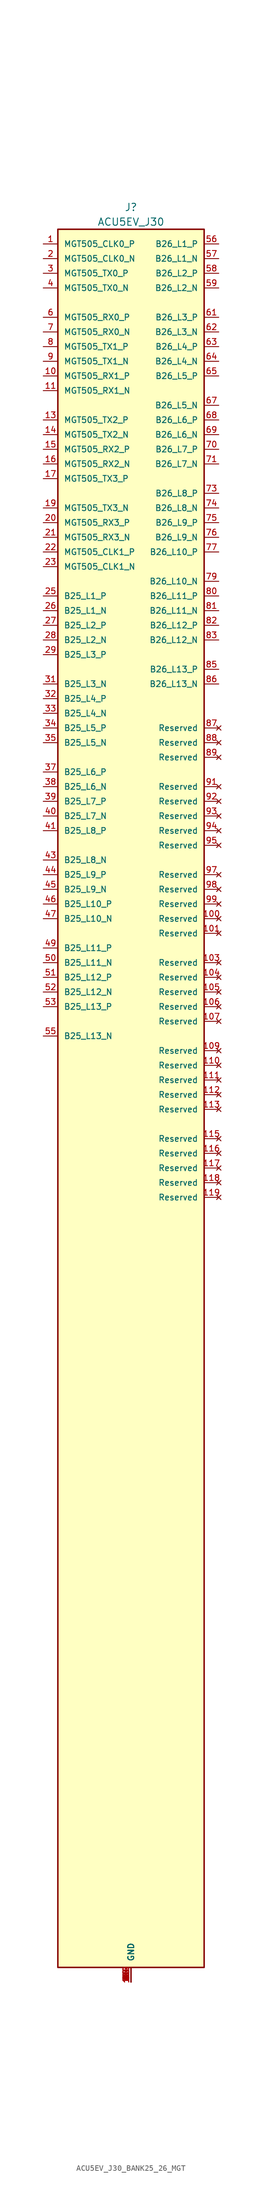
<source format=kicad_sym>
(kicad_symbol_lib
  (version 20231120)
  (generator "kicad_symbol_editor")
  (generator_version "8.0")
  (symbol "ACU5EV_J30_BANK25_26_MGT"
    (pin_names
      (offset 1.016))
    (property "Reference" "J"
      (at 0 152.4 0)
      (effects (font (size 1.27 1.27))))
    (property "Value" "ACU5EV_J30"
      (at 0 149.86 0)
      (effects (font (size 1.27 1.27))))
    (symbol "ACU5EV_J30_BANK25_26_MGT_0_1"
      (rectangle (start -12.7 148.59) (end 12.7 -152.4) (stroke (width 0.254) (type default)) (fill (type background))))
    (symbol "ACU5EV_J30_BANK25_26_MGT_1_1"
      (pin bidirectional line (at -15.24 146.05 0) (length 2.54) (name "MGT505_CLK0_P" (effects (font (size 1.016 1.016)))) (number "1" (effects (font (size 1.016 1.016)))))
      (pin bidirectional line (at -15.24 123.19 0) (length 2.54) (name "MGT505_RX1_P" (effects (font (size 1.016 1.016)))) (number "10" (effects (font (size 1.016 1.016)))))
      (pin bidirectional line (at -15.24 120.65 0) (length 2.54) (name "MGT505_RX1_N" (effects (font (size 1.016 1.016)))) (number "11" (effects (font (size 1.016 1.016)))))
      (pin power_in line (at 0 -154.94 90) (length 2.54) (name "GND" (effects (font (size 1.016 1.016)))) (number "12" (effects (font (size 1.016 1.016)))))
      (pin bidirectional line (at -15.24 115.57 0) (length 2.54) (name "MGT505_TX2_P" (effects (font (size 1.016 1.016)))) (number "13" (effects (font (size 1.016 1.016)))))
      (pin bidirectional line (at -15.24 113.03 0) (length 2.54) (name "MGT505_TX2_N" (effects (font (size 1.016 1.016)))) (number "14" (effects (font (size 1.016 1.016)))))
      (pin bidirectional line (at -15.24 110.49 0) (length 2.54) (name "MGT505_RX2_P" (effects (font (size 1.016 1.016)))) (number "15" (effects (font (size 1.016 1.016)))))
      (pin bidirectional line (at -15.24 107.95 0) (length 2.54) (name "MGT505_RX2_N" (effects (font (size 1.016 1.016)))) (number "16" (effects (font (size 1.016 1.016)))))
      (pin bidirectional line (at -15.24 105.41 0) (length 2.54) (name "MGT505_TX3_P" (effects (font (size 1.016 1.016)))) (number "17" (effects (font (size 1.016 1.016)))))
      (pin power_in line (at 0 -154.94 90) (length 2.54) (name "GND" (effects (font (size 1.016 1.016)))) (number "18" (effects (font (size 1.016 1.016)))))
      (pin bidirectional line (at -15.24 100.33 0) (length 2.54) (name "MGT505_TX3_N" (effects (font (size 1.016 1.016)))) (number "19" (effects (font (size 1.016 1.016)))))
      (pin bidirectional line (at -15.24 143.51 0) (length 2.54) (name "MGT505_CLK0_N" (effects (font (size 1.016 1.016)))) (number "2" (effects (font (size 1.016 1.016)))))
      (pin bidirectional line (at -15.24 97.79 0) (length 2.54) (name "MGT505_RX3_P" (effects (font (size 1.016 1.016)))) (number "20" (effects (font (size 1.016 1.016)))))
      (pin bidirectional line (at -15.24 95.25 0) (length 2.54) (name "MGT505_RX3_N" (effects (font (size 1.016 1.016)))) (number "21" (effects (font (size 1.016 1.016)))))
      (pin bidirectional line (at -15.24 92.71 0) (length 2.54) (name "MGT505_CLK1_P" (effects (font (size 1.016 1.016)))) (number "22" (effects (font (size 1.016 1.016)))))
      (pin bidirectional line (at -15.24 90.17 0) (length 2.54) (name "MGT505_CLK1_N" (effects (font (size 1.016 1.016)))) (number "23" (effects (font (size 1.016 1.016)))))
      (pin power_in line (at 0 -154.94 90) (length 2.54) (name "GND" (effects (font (size 1.016 1.016)))) (number "24" (effects (font (size 1.016 1.016)))))
      (pin bidirectional line (at -15.24 85.09 0) (length 2.54) (name "B25_L1_P" (effects (font (size 1.016 1.016)))) (number "25" (effects (font (size 1.016 1.016)))))
      (pin bidirectional line (at -15.24 82.55 0) (length 2.54) (name "B25_L1_N" (effects (font (size 1.016 1.016)))) (number "26" (effects (font (size 1.016 1.016)))))
      (pin bidirectional line (at -15.24 80.01 0) (length 2.54) (name "B25_L2_P" (effects (font (size 1.016 1.016)))) (number "27" (effects (font (size 1.016 1.016)))))
      (pin bidirectional line (at -15.24 77.47 0) (length 2.54) (name "B25_L2_N" (effects (font (size 1.016 1.016)))) (number "28" (effects (font (size 1.016 1.016)))))
      (pin bidirectional line (at -15.24 74.93 0) (length 2.54) (name "B25_L3_P" (effects (font (size 1.016 1.016)))) (number "29" (effects (font (size 1.016 1.016)))))
      (pin bidirectional line (at -15.24 140.97 0) (length 2.54) (name "MGT505_TX0_P" (effects (font (size 1.016 1.016)))) (number "3" (effects (font (size 1.016 1.016)))))
      (pin power_in line (at 0 -154.94 90) (length 2.54) (name "GND" (effects (font (size 1.016 1.016)))) (number "30" (effects (font (size 1.016 1.016)))))
      (pin bidirectional line (at -15.24 69.85 0) (length 2.54) (name "B25_L3_N" (effects (font (size 1.016 1.016)))) (number "31" (effects (font (size 1.016 1.016)))))
      (pin bidirectional line (at -15.24 67.31 0) (length 2.54) (name "B25_L4_P" (effects (font (size 1.016 1.016)))) (number "32" (effects (font (size 1.016 1.016)))))
      (pin bidirectional line (at -15.24 64.77 0) (length 2.54) (name "B25_L4_N" (effects (font (size 1.016 1.016)))) (number "33" (effects (font (size 1.016 1.016)))))
      (pin bidirectional line (at -15.24 62.23 0) (length 2.54) (name "B25_L5_P" (effects (font (size 1.016 1.016)))) (number "34" (effects (font (size 1.016 1.016)))))
      (pin bidirectional line (at -15.24 59.69 0) (length 2.54) (name "B25_L5_N" (effects (font (size 1.016 1.016)))) (number "35" (effects (font (size 1.016 1.016)))))
      (pin power_in line (at 0 -154.94 90) (length 2.54) (name "GND" (effects (font (size 1.016 1.016)))) (number "36" (effects (font (size 1.016 1.016)))))
      (pin bidirectional line (at -15.24 54.61 0) (length 2.54) (name "B25_L6_P" (effects (font (size 1.016 1.016)))) (number "37" (effects (font (size 1.016 1.016)))))
      (pin bidirectional line (at -15.24 52.07 0) (length 2.54) (name "B25_L6_N" (effects (font (size 1.016 1.016)))) (number "38" (effects (font (size 1.016 1.016)))))
      (pin bidirectional line (at -15.24 49.53 0) (length 2.54) (name "B25_L7_P" (effects (font (size 1.016 1.016)))) (number "39" (effects (font (size 1.016 1.016)))))
      (pin bidirectional line (at -15.24 138.43 0) (length 2.54) (name "MGT505_TX0_N" (effects (font (size 1.016 1.016)))) (number "4" (effects (font (size 1.016 1.016)))))
      (pin bidirectional line (at -15.24 46.99 0) (length 2.54) (name "B25_L7_N" (effects (font (size 1.016 1.016)))) (number "40" (effects (font (size 1.016 1.016)))))
      (pin bidirectional line (at -15.24 44.45 0) (length 2.54) (name "B25_L8_P" (effects (font (size 1.016 1.016)))) (number "41" (effects (font (size 1.016 1.016)))))
      (pin power_in line (at 0 -154.94 90) (length 2.54) (name "GND" (effects (font (size 1.016 1.016)))) (number "42" (effects (font (size 1.016 1.016)))))
      (pin bidirectional line (at -15.24 39.37 0) (length 2.54) (name "B25_L8_N" (effects (font (size 1.016 1.016)))) (number "43" (effects (font (size 1.016 1.016)))))
      (pin bidirectional line (at -15.24 36.83 0) (length 2.54) (name "B25_L9_P" (effects (font (size 1.016 1.016)))) (number "44" (effects (font (size 1.016 1.016)))))
      (pin bidirectional line (at -15.24 34.29 0) (length 2.54) (name "B25_L9_N" (effects (font (size 1.016 1.016)))) (number "45" (effects (font (size 1.016 1.016)))))
      (pin bidirectional line (at -15.24 31.75 0) (length 2.54) (name "B25_L10_P" (effects (font (size 1.016 1.016)))) (number "46" (effects (font (size 1.016 1.016)))))
      (pin bidirectional line (at -15.24 29.21 0) (length 2.54) (name "B25_L10_N" (effects (font (size 1.016 1.016)))) (number "47" (effects (font (size 1.016 1.016)))))
      (pin power_in line (at 0 -154.94 90) (length 2.54) (name "GND" (effects (font (size 1.016 1.016)))) (number "48" (effects (font (size 1.016 1.016)))))
      (pin bidirectional line (at -15.24 24.13 0) (length 2.54) (name "B25_L11_P" (effects (font (size 1.016 1.016)))) (number "49" (effects (font (size 1.016 1.016)))))
      (pin power_in line (at 0 -154.94 90) (length 2.54) (name "GND" (effects (font (size 1.016 1.016)))) (number "5" (effects (font (size 1.016 1.016)))))
      (pin bidirectional line (at -15.24 21.59 0) (length 2.54) (name "B25_L11_N" (effects (font (size 1.016 1.016)))) (number "50" (effects (font (size 1.016 1.016)))))
      (pin bidirectional line (at -15.24 19.05 0) (length 2.54) (name "B25_L12_P" (effects (font (size 1.016 1.016)))) (number "51" (effects (font (size 1.016 1.016)))))
      (pin bidirectional line (at -15.24 16.51 0) (length 2.54) (name "B25_L12_N" (effects (font (size 1.016 1.016)))) (number "52" (effects (font (size 1.016 1.016)))))
      (pin bidirectional line (at -15.24 13.97 0) (length 2.54) (name "B25_L13_P" (effects (font (size 1.016 1.016)))) (number "53" (effects (font (size 1.016 1.016)))))
      (pin power_in line (at 0 -154.94 90) (length 2.54) (name "GND" (effects (font (size 1.016 1.016)))) (number "54" (effects (font (size 1.016 1.016)))))
      (pin bidirectional line (at -15.24 8.89 0) (length 2.54) (name "B25_L13_N" (effects (font (size 1.016 1.016)))) (number "55" (effects (font (size 1.016 1.016)))))
      (pin bidirectional line (at 15.24 146.05 180) (length 2.54) (name "B26_L1_P" (effects (font (size 1.016 1.016)))) (number "56" (effects (font (size 1.016 1.016)))))
      (pin bidirectional line (at 15.24 143.51 180) (length 2.54) (name "B26_L1_N" (effects (font (size 1.016 1.016)))) (number "57" (effects (font (size 1.016 1.016)))))
      (pin bidirectional line (at 15.24 140.97 180) (length 2.54) (name "B26_L2_P" (effects (font (size 1.016 1.016)))) (number "58" (effects (font (size 1.016 1.016)))))
      (pin bidirectional line (at 15.24 138.43 180) (length 2.54) (name "B26_L2_N" (effects (font (size 1.016 1.016)))) (number "59" (effects (font (size 1.016 1.016)))))
      (pin bidirectional line (at -15.24 133.35 0) (length 2.54) (name "MGT505_RX0_P" (effects (font (size 1.016 1.016)))) (number "6" (effects (font (size 1.016 1.016)))))
      (pin power_in line (at 0 -154.94 90) (length 2.54) (name "GND" (effects (font (size 1.016 1.016)))) (number "60" (effects (font (size 1.016 1.016)))))
      (pin bidirectional line (at 15.24 133.35 180) (length 2.54) (name "B26_L3_P" (effects (font (size 1.016 1.016)))) (number "61" (effects (font (size 1.016 1.016)))))
      (pin bidirectional line (at 15.24 130.81 180) (length 2.54) (name "B26_L3_N" (effects (font (size 1.016 1.016)))) (number "62" (effects (font (size 1.016 1.016)))))
      (pin bidirectional line (at 15.24 128.27 180) (length 2.54) (name "B26_L4_P" (effects (font (size 1.016 1.016)))) (number "63" (effects (font (size 1.016 1.016)))))
      (pin bidirectional line (at 15.24 125.73 180) (length 2.54) (name "B26_L4_N" (effects (font (size 1.016 1.016)))) (number "64" (effects (font (size 1.016 1.016)))))
      (pin bidirectional line (at 15.24 123.19 180) (length 2.54) (name "B26_L5_P" (effects (font (size 1.016 1.016)))) (number "65" (effects (font (size 1.016 1.016)))))
      (pin power_in line (at 0 -154.94 90) (length 2.54) (name "GND" (effects (font (size 1.016 1.016)))) (number "66" (effects (font (size 1.016 1.016)))))
      (pin bidirectional line (at 15.24 118.11 180) (length 2.54) (name "B26_L5_N" (effects (font (size 1.016 1.016)))) (number "67" (effects (font (size 1.016 1.016)))))
      (pin bidirectional line (at 15.24 115.57 180) (length 2.54) (name "B26_L6_P" (effects (font (size 1.016 1.016)))) (number "68" (effects (font (size 1.016 1.016)))))
      (pin bidirectional line (at 15.24 113.03 180) (length 2.54) (name "B26_L6_N" (effects (font (size 1.016 1.016)))) (number "69" (effects (font (size 1.016 1.016)))))
      (pin bidirectional line (at -15.24 130.81 0) (length 2.54) (name "MGT505_RX0_N" (effects (font (size 1.016 1.016)))) (number "7" (effects (font (size 1.016 1.016)))))
      (pin bidirectional line (at 15.24 110.49 180) (length 2.54) (name "B26_L7_P" (effects (font (size 1.016 1.016)))) (number "70" (effects (font (size 1.016 1.016)))))
      (pin bidirectional line (at 15.24 107.95 180) (length 2.54) (name "B26_L7_N" (effects (font (size 1.016 1.016)))) (number "71" (effects (font (size 1.016 1.016)))))
      (pin power_in line (at 0 -154.94 90) (length 2.54) (name "GND" (effects (font (size 1.016 1.016)))) (number "72" (effects (font (size 1.016 1.016)))))
      (pin bidirectional line (at 15.24 102.87 180) (length 2.54) (name "B26_L8_P" (effects (font (size 1.016 1.016)))) (number "73" (effects (font (size 1.016 1.016)))))
      (pin bidirectional line (at 15.24 100.33 180) (length 2.54) (name "B26_L8_N" (effects (font (size 1.016 1.016)))) (number "74" (effects (font (size 1.016 1.016)))))
      (pin bidirectional line (at 15.24 97.79 180) (length 2.54) (name "B26_L9_P" (effects (font (size 1.016 1.016)))) (number "75" (effects (font (size 1.016 1.016)))))
      (pin bidirectional line (at 15.24 95.25 180) (length 2.54) (name "B26_L9_N" (effects (font (size 1.016 1.016)))) (number "76" (effects (font (size 1.016 1.016)))))
      (pin bidirectional line (at 15.24 92.71 180) (length 2.54) (name "B26_L10_P" (effects (font (size 1.016 1.016)))) (number "77" (effects (font (size 1.016 1.016)))))
      (pin power_in line (at 0 -154.94 90) (length 2.54) (name "GND" (effects (font (size 1.016 1.016)))) (number "78" (effects (font (size 1.016 1.016)))))
      (pin bidirectional line (at 15.24 87.63 180) (length 2.54) (name "B26_L10_N" (effects (font (size 1.016 1.016)))) (number "79" (effects (font (size 1.016 1.016)))))
      (pin bidirectional line (at -15.24 128.27 0) (length 2.54) (name "MGT505_TX1_P" (effects (font (size 1.016 1.016)))) (number "8" (effects (font (size 1.016 1.016)))))
      (pin bidirectional line (at 15.24 85.09 180) (length 2.54) (name "B26_L11_P" (effects (font (size 1.016 1.016)))) (number "80" (effects (font (size 1.016 1.016)))))
      (pin bidirectional line (at 15.24 82.55 180) (length 2.54) (name "B26_L11_N" (effects (font (size 1.016 1.016)))) (number "81" (effects (font (size 1.016 1.016)))))
      (pin bidirectional line (at 15.24 80.01 180) (length 2.54) (name "B26_L12_P" (effects (font (size 1.016 1.016)))) (number "82" (effects (font (size 1.016 1.016)))))
      (pin bidirectional line (at 15.24 77.47 180) (length 2.54) (name "B26_L12_N" (effects (font (size 1.016 1.016)))) (number "83" (effects (font (size 1.016 1.016)))))
      (pin power_in line (at 0 -154.94 90) (length 2.54) (name "GND" (effects (font (size 1.016 1.016)))) (number "84" (effects (font (size 1.016 1.016)))))
      (pin bidirectional line (at 15.24 72.39 180) (length 2.54) (name "B26_L13_P" (effects (font (size 1.016 1.016)))) (number "85" (effects (font (size 1.016 1.016)))))
      (pin bidirectional line (at 15.24 69.85 180) (length 2.54) (name "B26_L13_N" (effects (font (size 1.016 1.016)))) (number "86" (effects (font (size 1.016 1.016)))))
      (pin no_connect line (at 15.24 62.23 180) (length 2.54) (name "Reserved" (effects (font (size 1.016 1.016)))) (number "87" (effects (font (size 1.016 1.016)))))
      (pin no_connect line (at 15.24 59.69 180) (length 2.54) (name "Reserved" (effects (font (size 1.016 1.016)))) (number "88" (effects (font (size 1.016 1.016)))))
      (pin no_connect line (at 15.24 57.15 180) (length 2.54) (name "Reserved" (effects (font (size 1.016 1.016)))) (number "89" (effects (font (size 1.016 1.016)))))
      (pin bidirectional line (at -15.24 125.73 0) (length 2.54) (name "MGT505_TX1_N" (effects (font (size 1.016 1.016)))) (number "9" (effects (font (size 1.016 1.016)))))
      (pin power_in line (at 0 -154.94 90) (length 2.54) (name "GND" (effects (font (size 1.016 1.016)))) (number "90" (effects (font (size 1.016 1.016)))))
      (pin no_connect line (at 15.24 52.07 180) (length 2.54) (name "Reserved" (effects (font (size 1.016 1.016)))) (number "91" (effects (font (size 1.016 1.016)))))
      (pin no_connect line (at 15.24 49.53 180) (length 2.54) (name "Reserved" (effects (font (size 1.016 1.016)))) (number "92" (effects (font (size 1.016 1.016)))))
      (pin no_connect line (at 15.24 46.99 180) (length 2.54) (name "Reserved" (effects (font (size 1.016 1.016)))) (number "93" (effects (font (size 1.016 1.016)))))
      (pin no_connect line (at 15.24 44.45 180) (length 2.54) (name "Reserved" (effects (font (size 1.016 1.016)))) (number "94" (effects (font (size 1.016 1.016)))))
      (pin no_connect line (at 15.24 41.91 180) (length 2.54) (name "Reserved" (effects (font (size 1.016 1.016)))) (number "95" (effects (font (size 1.016 1.016)))))
      (pin power_in line (at 0 -154.94 90) (length 2.54) (name "GND" (effects (font (size 1.016 1.016)))) (number "96" (effects (font (size 1.016 1.016)))))
      (pin no_connect line (at 15.24 36.83 180) (length 2.54) (name "Reserved" (effects (font (size 1.016 1.016)))) (number "97" (effects (font (size 1.016 1.016)))))
      (pin no_connect line (at 15.24 34.29 180) (length 2.54) (name "Reserved" (effects (font (size 1.016 1.016)))) (number "98" (effects (font (size 1.016 1.016)))))
      (pin no_connect line (at 15.24 31.75 180) (length 2.54) (name "Reserved" (effects (font (size 1.016 1.016)))) (number "99" (effects (font (size 1.016 1.016)))))
      (pin no_connect line (at 15.24 29.21 180) (length 2.54) (name "Reserved" (effects (font (size 1.016 1.016)))) (number "100" (effects (font (size 1.016 1.016)))))
      (pin no_connect line (at 15.24 26.67 180) (length 2.54) (name "Reserved" (effects (font (size 1.016 1.016)))) (number "101" (effects (font (size 1.016 1.016)))))
      (pin power_in line (at 0 -154.94 90) (length 2.54) (name "GND" (effects (font (size 1.016 1.016)))) (number "102" (effects (font (size 1.016 1.016)))))
      (pin no_connect line (at 15.24 21.59 180) (length 2.54) (name "Reserved" (effects (font (size 1.016 1.016)))) (number "103" (effects (font (size 1.016 1.016)))))
      (pin no_connect line (at 15.24 19.05 180) (length 2.54) (name "Reserved" (effects (font (size 1.016 1.016)))) (number "104" (effects (font (size 1.016 1.016)))))
      (pin no_connect line (at 15.24 16.51 180) (length 2.54) (name "Reserved" (effects (font (size 1.016 1.016)))) (number "105" (effects (font (size 1.016 1.016)))))
      (pin no_connect line (at 15.24 13.97 180) (length 2.54) (name "Reserved" (effects (font (size 1.016 1.016)))) (number "106" (effects (font (size 1.016 1.016)))))
      (pin no_connect line (at 15.24 11.43 180) (length 2.54) (name "Reserved" (effects (font (size 1.016 1.016)))) (number "107" (effects (font (size 1.016 1.016)))))
      (pin power_in line (at 0 -154.94 90) (length 2.54) (name "GND" (effects (font (size 1.016 1.016)))) (number "108" (effects (font (size 1.016 1.016)))))
      (pin no_connect line (at 15.24 6.35 180) (length 2.54) (name "Reserved" (effects (font (size 1.016 1.016)))) (number "109" (effects (font (size 1.016 1.016)))))
      (pin no_connect line (at 15.24 3.81 180) (length 2.54) (name "Reserved" (effects (font (size 1.016 1.016)))) (number "110" (effects (font (size 1.016 1.016)))))
      (pin no_connect line (at 15.24 1.27 180) (length 2.54) (name "Reserved" (effects (font (size 1.016 1.016)))) (number "111" (effects (font (size 1.016 1.016)))))
      (pin no_connect line (at 15.24 -1.27 180) (length 2.54) (name "Reserved" (effects (font (size 1.016 1.016)))) (number "112" (effects (font (size 1.016 1.016)))))
      (pin no_connect line (at 15.24 -3.81 180) (length 2.54) (name "Reserved" (effects (font (size 1.016 1.016)))) (number "113" (effects (font (size 1.016 1.016)))))
      (pin power_in line (at 0 -154.94 90) (length 2.54) (name "GND" (effects (font (size 1.016 1.016)))) (number "114" (effects (font (size 1.016 1.016)))))
      (pin no_connect line (at 15.24 -8.89 180) (length 2.54) (name "Reserved" (effects (font (size 1.016 1.016)))) (number "115" (effects (font (size 1.016 1.016)))))
      (pin no_connect line (at 15.24 -11.43 180) (length 2.54) (name "Reserved" (effects (font (size 1.016 1.016)))) (number "116" (effects (font (size 1.016 1.016)))))
      (pin no_connect line (at 15.24 -13.97 180) (length 2.54) (name "Reserved" (effects (font (size 1.016 1.016)))) (number "117" (effects (font (size 1.016 1.016)))))
      (pin no_connect line (at 15.24 -16.51 180) (length 2.54) (name "Reserved" (effects (font (size 1.016 1.016)))) (number "118" (effects (font (size 1.016 1.016)))))
      (pin no_connect line (at 15.24 -19.05 180) (length 2.54) (name "Reserved" (effects (font (size 1.016 1.016)))) (number "119" (effects (font (size 1.016 1.016)))))
      (pin power_in line (at 0 -154.94 90) (length 2.54) (name "GND" (effects (font (size 1.016 1.016)))) (number "120" (effects (font (size 1.016 1.016))))))))
</source>
